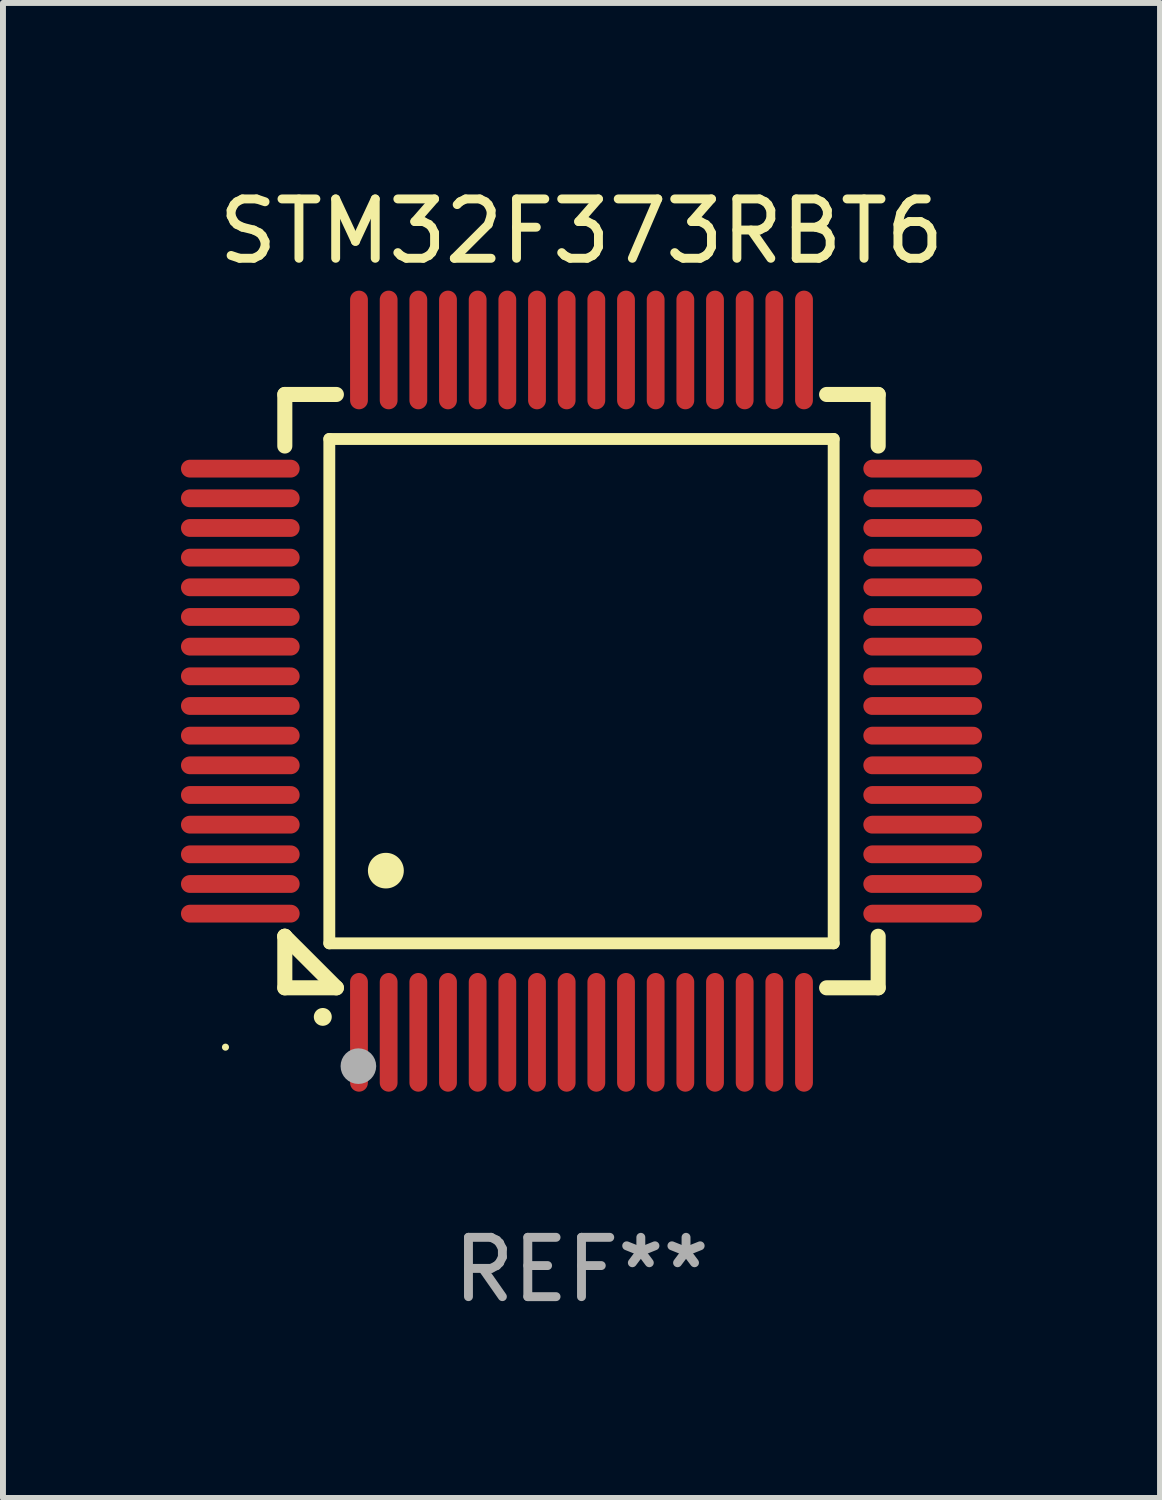
<source format=kicad_pcb>
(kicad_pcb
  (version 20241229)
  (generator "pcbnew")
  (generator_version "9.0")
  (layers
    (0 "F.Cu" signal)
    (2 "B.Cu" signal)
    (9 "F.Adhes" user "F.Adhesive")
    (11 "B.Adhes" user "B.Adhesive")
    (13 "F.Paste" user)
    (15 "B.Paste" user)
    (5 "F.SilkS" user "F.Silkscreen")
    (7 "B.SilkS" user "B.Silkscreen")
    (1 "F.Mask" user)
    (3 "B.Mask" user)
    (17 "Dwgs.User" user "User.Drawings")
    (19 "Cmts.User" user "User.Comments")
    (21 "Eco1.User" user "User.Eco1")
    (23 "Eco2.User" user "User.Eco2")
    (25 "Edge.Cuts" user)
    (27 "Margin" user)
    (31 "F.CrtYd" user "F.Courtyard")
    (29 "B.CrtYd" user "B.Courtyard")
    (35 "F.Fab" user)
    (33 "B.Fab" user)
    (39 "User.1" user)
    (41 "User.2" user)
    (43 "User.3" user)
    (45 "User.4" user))
  (footprint "STM32F373RBT6"
    (layer "F.Cu")
    (at 6.75 8.598)
    (property "Reference" "STM32F373RBT6" (at 0 -7.75 0) (layer "F.SilkS") (effects (font (size 1 1) (thickness 0.15))))
    (attr through_hole)
    (fp_line (start -5 -5) (end -4.131 -5) (stroke (width 0.254) (type solid)) (layer "F.SilkS"))
    (fp_line (start -5 -4.131) (end -5 -5) (stroke (width 0.254) (type solid)) (layer "F.SilkS"))
    (fp_line (start -5 4.131) (end -5 4.131) (stroke (width 0.254) (type solid)) (layer "F.SilkS"))
    (fp_line (start -5 5) (end -5 4.131) (stroke (width 0.254) (type solid)) (layer "F.SilkS"))
    (fp_line (start -5 4.131) (end -4.131 5) (stroke (width 0.254) (type solid)) (layer "F.SilkS"))
    (fp_line (start -4.25 -4.25) (end -4.25 4.25) (stroke (width 0.2) (type solid)) (layer "F.SilkS"))
    (fp_line (start -4.25 4.25) (end 4.25 4.25) (stroke (width 0.2) (type solid)) (layer "F.SilkS"))
    (fp_line (start -4.131 5) (end -5 5) (stroke (width 0.254) (type solid)) (layer "F.SilkS"))
    (fp_line (start 4.25 -4.25) (end -4.25 -4.25) (stroke (width 0.2) (type solid)) (layer "F.SilkS"))
    (fp_line (start 4.25 4.25) (end 4.25 -4.25) (stroke (width 0.2) (type solid)) (layer "F.SilkS"))
    (fp_line (start 5 -5) (end 4.131 -5) (stroke (width 0.254) (type solid)) (layer "F.SilkS"))
    (fp_line (start 5 -5) (end 5 -4.131) (stroke (width 0.254) (type solid)) (layer "F.SilkS"))
    (fp_line (start 5 4.131) (end 5 5) (stroke (width 0.254) (type solid)) (layer "F.SilkS"))
    (fp_line (start 5 5) (end 4.131 5) (stroke (width 0.254) (type solid)) (layer "F.SilkS"))
    (fp_arc (start -4.361265 5.489992) (mid -4.359995 5.489987) (end -4.358725 5.489992) (stroke (width 0.3) (type solid)) (layer "F.SilkS"))
    (fp_arc (start -3.299467 3.025146) (mid -3.296927 3.025135) (end -3.294387 3.025146) (stroke (width 0.6) (type solid)) (layer "F.SilkS"))
    (fp_circle (center -6 6) (end -5.97 6) (stroke (width 0.06) (type solid)) (fill no) (layer "F.SilkS"))
    (fp_circle (center -3.76 6.32) (end -3.61 6.32) (stroke (width 0.3) (type solid)) (fill no) (layer "F.Fab"))
    (fp_text user "REF**" (at 0 9.75 0) (layer "F.Fab") (effects (font (size 1 1) (thickness 0.15))))
    (pad "1" smd oval (at -3.75 5.75) (size 0.3 2) (layers "F.Cu" "F.Mask" "F.Paste"))
    (pad "2" smd oval (at -3.25 5.75) (size 0.3 2) (layers "F.Cu" "F.Mask" "F.Paste"))
    (pad "3" smd oval (at -2.75 5.75) (size 0.3 2) (layers "F.Cu" "F.Mask" "F.Paste"))
    (pad "4" smd oval (at -2.25 5.75) (size 0.3 2) (layers "F.Cu" "F.Mask" "F.Paste"))
    (pad "5" smd oval (at -1.75 5.75) (size 0.3 2) (layers "F.Cu" "F.Mask" "F.Paste"))
    (pad "6" smd oval (at -1.25 5.75) (size 0.3 2) (layers "F.Cu" "F.Mask" "F.Paste"))
    (pad "7" smd oval (at -0.75 5.75) (size 0.3 2) (layers "F.Cu" "F.Mask" "F.Paste"))
    (pad "8" smd oval (at -0.25 5.75) (size 0.3 2) (layers "F.Cu" "F.Mask" "F.Paste"))
    (pad "9" smd oval (at 0.25 5.75) (size 0.3 2) (layers "F.Cu" "F.Mask" "F.Paste"))
    (pad "10" smd oval (at 0.75 5.75) (size 0.3 2) (layers "F.Cu" "F.Mask" "F.Paste"))
    (pad "11" smd oval (at 1.25 5.75) (size 0.3 2) (layers "F.Cu" "F.Mask" "F.Paste"))
    (pad "12" smd oval (at 1.75 5.75) (size 0.3 2) (layers "F.Cu" "F.Mask" "F.Paste"))
    (pad "13" smd oval (at 2.25 5.75) (size 0.3 2) (layers "F.Cu" "F.Mask" "F.Paste"))
    (pad "14" smd oval (at 2.75 5.75) (size 0.3 2) (layers "F.Cu" "F.Mask" "F.Paste"))
    (pad "15" smd oval (at 3.25 5.75) (size 0.3 2) (layers "F.Cu" "F.Mask" "F.Paste"))
    (pad "16" smd oval (at 3.75 5.75) (size 0.3 2) (layers "F.Cu" "F.Mask" "F.Paste"))
    (pad "17" smd oval (at 5.75 3.75) (size 2 0.3) (layers "F.Cu" "F.Mask" "F.Paste"))
    (pad "18" smd oval (at 5.75 3.25) (size 2 0.3) (layers "F.Cu" "F.Mask" "F.Paste"))
    (pad "19" smd oval (at 5.75 2.75) (size 2 0.3) (layers "F.Cu" "F.Mask" "F.Paste"))
    (pad "20" smd oval (at 5.75 2.25) (size 2 0.3) (layers "F.Cu" "F.Mask" "F.Paste"))
    (pad "21" smd oval (at 5.75 1.75) (size 2 0.3) (layers "F.Cu" "F.Mask" "F.Paste"))
    (pad "22" smd oval (at 5.75 1.25) (size 2 0.3) (layers "F.Cu" "F.Mask" "F.Paste"))
    (pad "23" smd oval (at 5.75 0.75) (size 2 0.3) (layers "F.Cu" "F.Mask" "F.Paste"))
    (pad "24" smd oval (at 5.75 0.25) (size 2 0.3) (layers "F.Cu" "F.Mask" "F.Paste"))
    (pad "25" smd oval (at 5.75 -0.25) (size 2 0.3) (layers "F.Cu" "F.Mask" "F.Paste"))
    (pad "26" smd oval (at 5.75 -0.75) (size 2 0.3) (layers "F.Cu" "F.Mask" "F.Paste"))
    (pad "27" smd oval (at 5.75 -1.25) (size 2 0.3) (layers "F.Cu" "F.Mask" "F.Paste"))
    (pad "28" smd oval (at 5.75 -1.75) (size 2 0.3) (layers "F.Cu" "F.Mask" "F.Paste"))
    (pad "29" smd oval (at 5.75 -2.25) (size 2 0.3) (layers "F.Cu" "F.Mask" "F.Paste"))
    (pad "30" smd oval (at 5.75 -2.75) (size 2 0.3) (layers "F.Cu" "F.Mask" "F.Paste"))
    (pad "31" smd oval (at 5.75 -3.25) (size 2 0.3) (layers "F.Cu" "F.Mask" "F.Paste"))
    (pad "32" smd oval (at 5.75 -3.75) (size 2 0.3) (layers "F.Cu" "F.Mask" "F.Paste"))
    (pad "33" smd oval (at 3.75 -5.75) (size 0.3 2) (layers "F.Cu" "F.Mask" "F.Paste"))
    (pad "34" smd oval (at 3.25 -5.75) (size 0.3 2) (layers "F.Cu" "F.Mask" "F.Paste"))
    (pad "35" smd oval (at 2.75 -5.75) (size 0.3 2) (layers "F.Cu" "F.Mask" "F.Paste"))
    (pad "36" smd oval (at 2.25 -5.75) (size 0.3 2) (layers "F.Cu" "F.Mask" "F.Paste"))
    (pad "37" smd oval (at 1.75 -5.75) (size 0.3 2) (layers "F.Cu" "F.Mask" "F.Paste"))
    (pad "38" smd oval (at 1.25 -5.75) (size 0.3 2) (layers "F.Cu" "F.Mask" "F.Paste"))
    (pad "39" smd oval (at 0.75 -5.75) (size 0.3 2) (layers "F.Cu" "F.Mask" "F.Paste"))
    (pad "40" smd oval (at 0.25 -5.75) (size 0.3 2) (layers "F.Cu" "F.Mask" "F.Paste"))
    (pad "41" smd oval (at -0.25 -5.75) (size 0.3 2) (layers "F.Cu" "F.Mask" "F.Paste"))
    (pad "42" smd oval (at -0.75 -5.75) (size 0.3 2) (layers "F.Cu" "F.Mask" "F.Paste"))
    (pad "43" smd oval (at -1.25 -5.75) (size 0.3 2) (layers "F.Cu" "F.Mask" "F.Paste"))
    (pad "44" smd oval (at -1.75 -5.75) (size 0.3 2) (layers "F.Cu" "F.Mask" "F.Paste"))
    (pad "45" smd oval (at -2.25 -5.75) (size 0.3 2) (layers "F.Cu" "F.Mask" "F.Paste"))
    (pad "46" smd oval (at -2.75 -5.75) (size 0.3 2) (layers "F.Cu" "F.Mask" "F.Paste"))
    (pad "47" smd oval (at -3.25 -5.75) (size 0.3 2) (layers "F.Cu" "F.Mask" "F.Paste"))
    (pad "48" smd oval (at -3.75 -5.75) (size 0.3 2) (layers "F.Cu" "F.Mask" "F.Paste"))
    (pad "49" smd oval (at -5.75 -3.75) (size 2 0.3) (layers "F.Cu" "F.Mask" "F.Paste"))
    (pad "50" smd oval (at -5.75 -3.25) (size 2 0.3) (layers "F.Cu" "F.Mask" "F.Paste"))
    (pad "51" smd oval (at -5.75 -2.75) (size 2 0.3) (layers "F.Cu" "F.Mask" "F.Paste"))
    (pad "52" smd oval (at -5.75 -2.25) (size 2 0.3) (layers "F.Cu" "F.Mask" "F.Paste"))
    (pad "53" smd oval (at -5.75 -1.75) (size 2 0.3) (layers "F.Cu" "F.Mask" "F.Paste"))
    (pad "54" smd oval (at -5.75 -1.25) (size 2 0.3) (layers "F.Cu" "F.Mask" "F.Paste"))
    (pad "55" smd oval (at -5.75 -0.75) (size 2 0.3) (layers "F.Cu" "F.Mask" "F.Paste"))
    (pad "56" smd oval (at -5.75 -0.25) (size 2 0.3) (layers "F.Cu" "F.Mask" "F.Paste"))
    (pad "57" smd oval (at -5.75 0.25) (size 2 0.3) (layers "F.Cu" "F.Mask" "F.Paste"))
    (pad "58" smd oval (at -5.75 0.75) (size 2 0.3) (layers "F.Cu" "F.Mask" "F.Paste"))
    (pad "59" smd oval (at -5.75 1.25) (size 2 0.3) (layers "F.Cu" "F.Mask" "F.Paste"))
    (pad "60" smd oval (at -5.75 1.75) (size 2 0.3) (layers "F.Cu" "F.Mask" "F.Paste"))
    (pad "61" smd oval (at -5.75 2.25) (size 2 0.3) (layers "F.Cu" "F.Mask" "F.Paste"))
    (pad "62" smd oval (at -5.75 2.75) (size 2 0.3) (layers "F.Cu" "F.Mask" "F.Paste"))
    (pad "63" smd oval (at -5.75 3.25) (size 2 0.3) (layers "F.Cu" "F.Mask" "F.Paste"))
    (pad "64" smd oval (at -5.75 3.75) (size 2 0.3) (layers "F.Cu" "F.Mask" "F.Paste")))
  (gr_rect
    (start -3 -3)
    (end 16.5 22.196)
    (stroke (width 0.1) (type default))
    (fill no)
    (layer "Edge.Cuts")))
</source>
